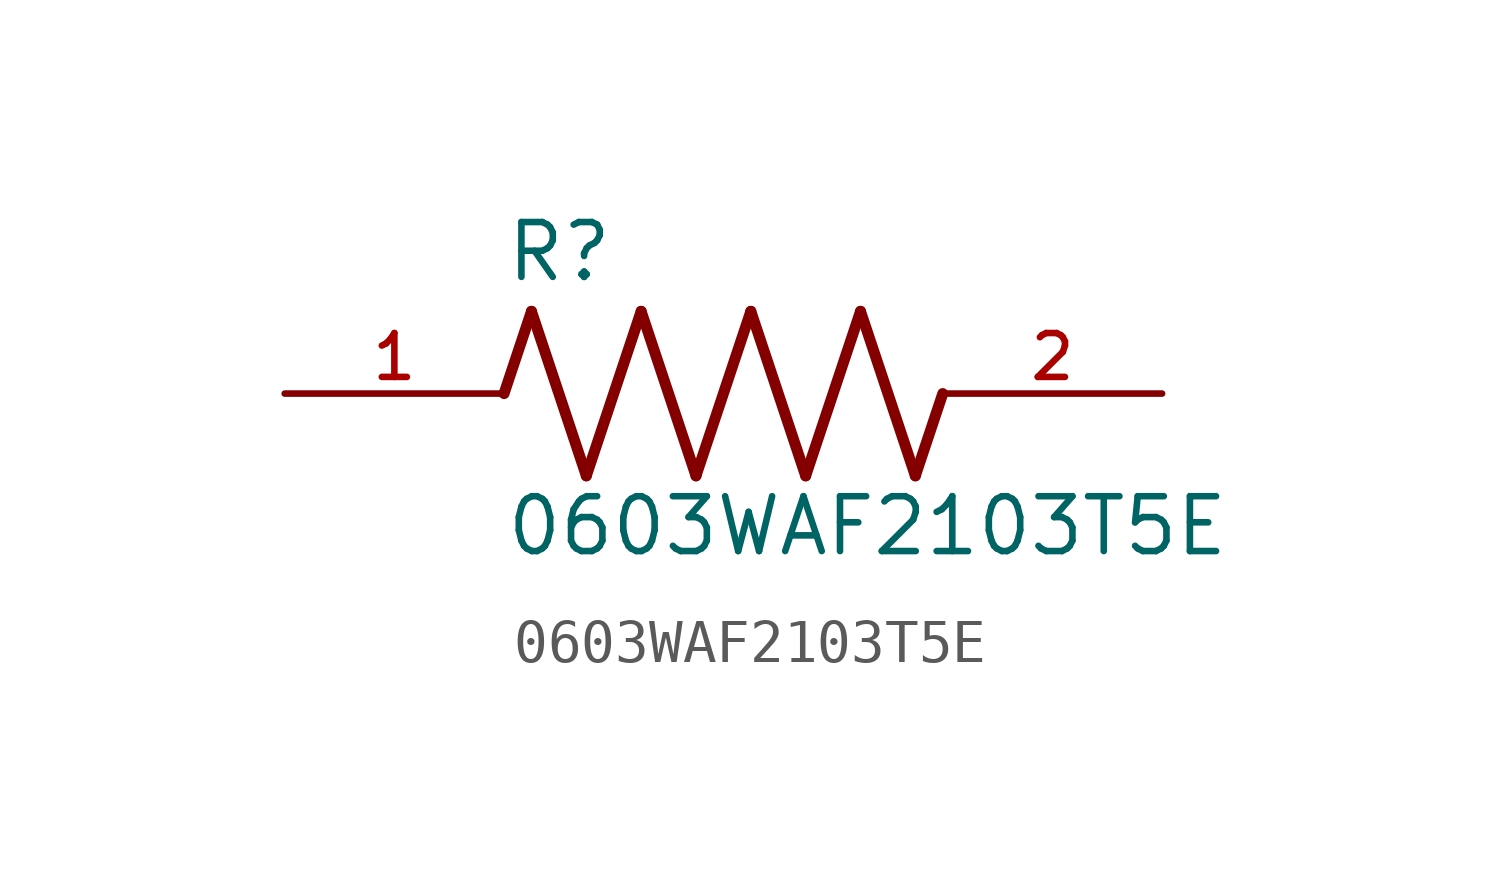
<source format=kicad_sym>
(kicad_symbol_lib
  (version 20211014)
  (generator kicad_symbol_editor)
  (symbol "0603WAF2103T5E"
    (pin_names
      (offset 1.016))
    (property "Reference" "R"
      (at -5.08 2.54 0)
      (effects (font (size 1.27 1.27)) (justify bottom left)))
    (property "Value" "0603WAF2103T5E"
      (at -5.08 -3.81 0)
      (effects (font (size 1.27 1.27)) (justify bottom left)))
    (symbol "0603WAF2103T5E_0_0"
      (polyline (pts (xy -5.08 0.0) (xy -4.445 1.905)) (stroke (width 0.254)))
      (polyline (pts (xy -4.445 1.905) (xy -3.175 -1.905)) (stroke (width 0.254)))
      (polyline (pts (xy -3.175 -1.905) (xy -1.905 1.905)) (stroke (width 0.254)))
      (polyline (pts (xy -1.905 1.905) (xy -0.635 -1.905)) (stroke (width 0.254)))
      (polyline (pts (xy -0.635 -1.905) (xy 0.635 1.905)) (stroke (width 0.254)))
      (polyline (pts (xy 0.635 1.905) (xy 1.905 -1.905)) (stroke (width 0.254)))
      (polyline (pts (xy 1.905 -1.905) (xy 3.175 1.905)) (stroke (width 0.254)))
      (polyline (pts (xy 3.175 1.905) (xy 4.445 -1.905)) (stroke (width 0.254)))
      (polyline (pts (xy 4.445 -1.905) (xy 5.08 0.0)) (stroke (width 0.254)))
      (pin passive line (at -10.16 0.0 0) (length 5.08) (name "~" (effects (font (size 1.016 1.016)))) (number "1" (effects (font (size 1.016 1.016)))))
      (pin passive line (at 10.16 0.0 180.0) (length 5.08) (name "~" (effects (font (size 1.016 1.016)))) (number "2" (effects (font (size 1.016 1.016))))))))
</source>
